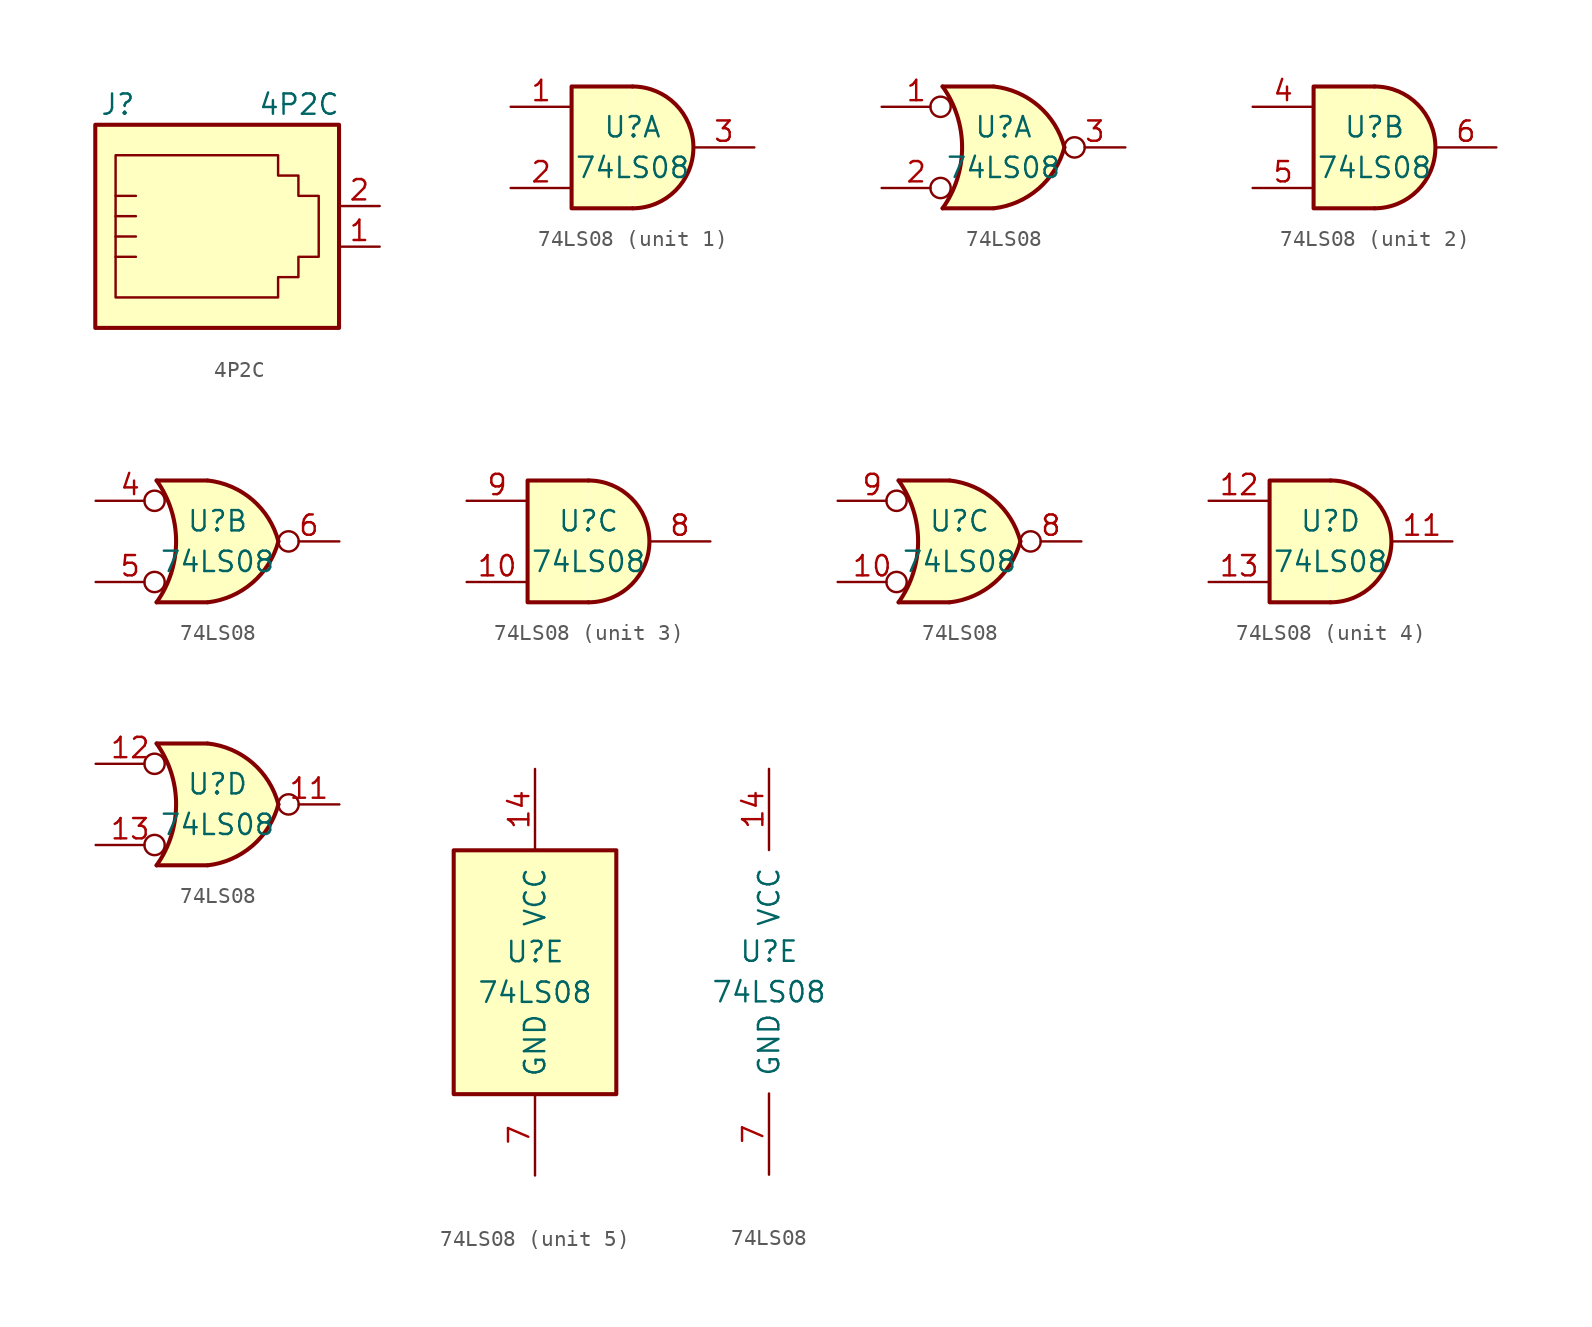
<source format=kicad_sym>
(kicad_symbol_lib
  (version 20241209)
  (generator kicad_symbol_editor)
  (symbol "4P2C"
    (pin_names
      (offset 1.016))
    (property "Reference" "J"
      (at -5.08 8.89 0)
      (effects (font (size 1.27 1.27)) (justify right)))
    (property "Value" "4P2C"
      (at 2.54 8.89 0)
      (effects (font (size 1.27 1.27)) (justify left)))
    (property "ki_keywords" "4P2C RJ socket connector"
      (at 0 0 0)
      (effects (font (size 1.27 1.27))))
    (property "ki_fp_filters" "4P2C*"
      (at 0 0 0)
      (effects (font (size 1.27 1.27))))
    (symbol "4P2C_0_1"
      (polyline (pts (xy -6.35 3.175) (xy -5.08 3.175) (xy -5.08 3.175)) (stroke (width 0) (type default)) (fill (type none)))
      (polyline (pts (xy -6.35 1.905) (xy -5.08 1.905) (xy -5.08 1.905)) (stroke (width 0) (type default)) (fill (type none)))
      (polyline (pts (xy -6.35 0.635) (xy -5.08 0.635) (xy -5.08 0.635)) (stroke (width 0) (type default)) (fill (type none)))
      (polyline (pts (xy -6.35 -0.635) (xy -5.08 -0.635) (xy -5.08 -0.635)) (stroke (width 0) (type default)) (fill (type none)))
      (polyline (pts (xy -6.35 -3.175) (xy -6.35 5.715) (xy -1.27 5.715) (xy 3.81 5.715) (xy 3.81 4.445) (xy 5.08 4.445) (xy 5.08 3.175) (xy 6.35 3.175) (xy 6.35 -0.635) (xy 5.08 -0.635) (xy 5.08 -1.905) (xy 3.81 -1.905) (xy 3.81 -3.175) (xy -6.35 -3.175) (xy -6.35 -3.175)) (stroke (width 0) (type default)) (fill (type none)))
      (rectangle (start 7.62 7.62) (end -7.62 -5.08) (stroke (width 0.254) (type default)) (fill (type background))))
    (symbol "4P2C_1_1"
      (pin passive line (at 10.16 2.54 180) (length 2.54) (name "~" (effects (font (size 1.27 1.27)))) (number "2" (effects (font (size 1.27 1.27)))))
      (pin passive line (at 10.16 0 180) (length 2.54) (name "~" (effects (font (size 1.27 1.27)))) (number "1" (effects (font (size 1.27 1.27)))))))
  (symbol "74LS08"
    (pin_names
      (offset 1.016))
    (property "Reference" "U"
      (at 0 1.27 0)
      (effects (font (size 1.27 1.27))))
    (property "Value" "74LS08"
      (at 0 -1.27 0)
      (effects (font (size 1.27 1.27))))
    (property "ki_locked" ""
      (at 0 0 0)
      (effects (font (size 1.27 1.27))))
    (property "ki_keywords" "TTL and2"
      (at 0 0 0)
      (effects (font (size 1.27 1.27))))
    (property "ki_fp_filters" "DIP*W7.62mm*"
      (at 0 0 0)
      (effects (font (size 1.27 1.27))))
    (symbol "74LS08_1_1"
      (arc (start 0 3.81) (mid 3.7934 0) (end 0 -3.81) (stroke (width 0.254) (type default)) (fill (type background)))
      (polyline (pts (xy 0 3.81) (xy -3.81 3.81) (xy -3.81 -3.81) (xy 0 -3.81)) (stroke (width 0.254) (type default)) (fill (type background)))
      (pin input line (at -7.62 2.54 0) (length 3.81) (name "~" (effects (font (size 1.27 1.27)))) (number "1" (effects (font (size 1.27 1.27)))))
      (pin input line (at -7.62 -2.54 0) (length 3.81) (name "~" (effects (font (size 1.27 1.27)))) (number "2" (effects (font (size 1.27 1.27)))))
      (pin output line (at 7.62 0 180) (length 3.81) (name "~" (effects (font (size 1.27 1.27)))) (number "3" (effects (font (size 1.27 1.27))))))
    (symbol "74LS08_1_2"
      (arc (start -3.81 3.81) (mid -2.589 0) (end -3.81 -3.81) (stroke (width 0.254) (type default)) (fill (type none)))
      (polyline (pts (xy -3.81 3.81) (xy -0.635 3.81)) (stroke (width 0.254) (type default)) (fill (type background)))
      (polyline (pts (xy -3.81 -3.81) (xy -0.635 -3.81)) (stroke (width 0.254) (type default)) (fill (type background)))
      (arc (start 3.81 0) (mid 2.1855 -2.584) (end -0.6096 -3.81) (stroke (width 0.254) (type default)) (fill (type background)))
      (arc (start -0.6096 3.81) (mid 2.1928 2.5924) (end 3.81 0) (stroke (width 0.254) (type default)) (fill (type background)))
      (polyline (pts (xy -0.635 3.81) (xy -3.81 3.81) (xy -3.81 3.81) (xy -3.556 3.404) (xy -3.023 2.261) (xy -2.692 1.041) (xy -2.616 -0.254) (xy -2.769 -1.499) (xy -3.175 -2.718) (xy -3.81 -3.81) (xy -3.81 -3.81) (xy -0.635 -3.81)) (stroke (width -25.4) (type default)) (fill (type background)))
      (pin input inverted (at -7.62 2.54 0) (length 4.318) (name "~" (effects (font (size 1.27 1.27)))) (number "1" (effects (font (size 1.27 1.27)))))
      (pin input inverted (at -7.62 -2.54 0) (length 4.318) (name "~" (effects (font (size 1.27 1.27)))) (number "2" (effects (font (size 1.27 1.27)))))
      (pin output inverted (at 7.62 0 180) (length 3.81) (name "~" (effects (font (size 1.27 1.27)))) (number "3" (effects (font (size 1.27 1.27))))))
    (symbol "74LS08_2_1"
      (arc (start 0 3.81) (mid 3.7934 0) (end 0 -3.81) (stroke (width 0.254) (type default)) (fill (type background)))
      (polyline (pts (xy 0 3.81) (xy -3.81 3.81) (xy -3.81 -3.81) (xy 0 -3.81)) (stroke (width 0.254) (type default)) (fill (type background)))
      (pin input line (at -7.62 2.54 0) (length 3.81) (name "~" (effects (font (size 1.27 1.27)))) (number "4" (effects (font (size 1.27 1.27)))))
      (pin input line (at -7.62 -2.54 0) (length 3.81) (name "~" (effects (font (size 1.27 1.27)))) (number "5" (effects (font (size 1.27 1.27)))))
      (pin output line (at 7.62 0 180) (length 3.81) (name "~" (effects (font (size 1.27 1.27)))) (number "6" (effects (font (size 1.27 1.27))))))
    (symbol "74LS08_2_2"
      (arc (start -3.81 3.81) (mid -2.589 0) (end -3.81 -3.81) (stroke (width 0.254) (type default)) (fill (type none)))
      (polyline (pts (xy -3.81 3.81) (xy -0.635 3.81)) (stroke (width 0.254) (type default)) (fill (type background)))
      (polyline (pts (xy -3.81 -3.81) (xy -0.635 -3.81)) (stroke (width 0.254) (type default)) (fill (type background)))
      (arc (start 3.81 0) (mid 2.1855 -2.584) (end -0.6096 -3.81) (stroke (width 0.254) (type default)) (fill (type background)))
      (arc (start -0.6096 3.81) (mid 2.1928 2.5924) (end 3.81 0) (stroke (width 0.254) (type default)) (fill (type background)))
      (polyline (pts (xy -0.635 3.81) (xy -3.81 3.81) (xy -3.81 3.81) (xy -3.556 3.404) (xy -3.023 2.261) (xy -2.692 1.041) (xy -2.616 -0.254) (xy -2.769 -1.499) (xy -3.175 -2.718) (xy -3.81 -3.81) (xy -3.81 -3.81) (xy -0.635 -3.81)) (stroke (width -25.4) (type default)) (fill (type background)))
      (pin input inverted (at -7.62 2.54 0) (length 4.318) (name "~" (effects (font (size 1.27 1.27)))) (number "4" (effects (font (size 1.27 1.27)))))
      (pin input inverted (at -7.62 -2.54 0) (length 4.318) (name "~" (effects (font (size 1.27 1.27)))) (number "5" (effects (font (size 1.27 1.27)))))
      (pin output inverted (at 7.62 0 180) (length 3.81) (name "~" (effects (font (size 1.27 1.27)))) (number "6" (effects (font (size 1.27 1.27))))))
    (symbol "74LS08_3_1"
      (arc (start 0 3.81) (mid 3.7934 0) (end 0 -3.81) (stroke (width 0.254) (type default)) (fill (type background)))
      (polyline (pts (xy 0 3.81) (xy -3.81 3.81) (xy -3.81 -3.81) (xy 0 -3.81)) (stroke (width 0.254) (type default)) (fill (type background)))
      (pin input line (at -7.62 2.54 0) (length 3.81) (name "~" (effects (font (size 1.27 1.27)))) (number "9" (effects (font (size 1.27 1.27)))))
      (pin input line (at -7.62 -2.54 0) (length 3.81) (name "~" (effects (font (size 1.27 1.27)))) (number "10" (effects (font (size 1.27 1.27)))))
      (pin output line (at 7.62 0 180) (length 3.81) (name "~" (effects (font (size 1.27 1.27)))) (number "8" (effects (font (size 1.27 1.27))))))
    (symbol "74LS08_3_2"
      (arc (start -3.81 3.81) (mid -2.589 0) (end -3.81 -3.81) (stroke (width 0.254) (type default)) (fill (type none)))
      (polyline (pts (xy -3.81 3.81) (xy -0.635 3.81)) (stroke (width 0.254) (type default)) (fill (type background)))
      (polyline (pts (xy -3.81 -3.81) (xy -0.635 -3.81)) (stroke (width 0.254) (type default)) (fill (type background)))
      (arc (start 3.81 0) (mid 2.1855 -2.584) (end -0.6096 -3.81) (stroke (width 0.254) (type default)) (fill (type background)))
      (arc (start -0.6096 3.81) (mid 2.1928 2.5924) (end 3.81 0) (stroke (width 0.254) (type default)) (fill (type background)))
      (polyline (pts (xy -0.635 3.81) (xy -3.81 3.81) (xy -3.81 3.81) (xy -3.556 3.404) (xy -3.023 2.261) (xy -2.692 1.041) (xy -2.616 -0.254) (xy -2.769 -1.499) (xy -3.175 -2.718) (xy -3.81 -3.81) (xy -3.81 -3.81) (xy -0.635 -3.81)) (stroke (width -25.4) (type default)) (fill (type background)))
      (pin input inverted (at -7.62 2.54 0) (length 4.318) (name "~" (effects (font (size 1.27 1.27)))) (number "9" (effects (font (size 1.27 1.27)))))
      (pin input inverted (at -7.62 -2.54 0) (length 4.318) (name "~" (effects (font (size 1.27 1.27)))) (number "10" (effects (font (size 1.27 1.27)))))
      (pin output inverted (at 7.62 0 180) (length 3.81) (name "~" (effects (font (size 1.27 1.27)))) (number "8" (effects (font (size 1.27 1.27))))))
    (symbol "74LS08_4_1"
      (arc (start 0 3.81) (mid 3.7934 0) (end 0 -3.81) (stroke (width 0.254) (type default)) (fill (type background)))
      (polyline (pts (xy 0 3.81) (xy -3.81 3.81) (xy -3.81 -3.81) (xy 0 -3.81)) (stroke (width 0.254) (type default)) (fill (type background)))
      (pin input line (at -7.62 2.54 0) (length 3.81) (name "~" (effects (font (size 1.27 1.27)))) (number "12" (effects (font (size 1.27 1.27)))))
      (pin input line (at -7.62 -2.54 0) (length 3.81) (name "~" (effects (font (size 1.27 1.27)))) (number "13" (effects (font (size 1.27 1.27)))))
      (pin output line (at 7.62 0 180) (length 3.81) (name "~" (effects (font (size 1.27 1.27)))) (number "11" (effects (font (size 1.27 1.27))))))
    (symbol "74LS08_4_2"
      (arc (start -3.81 3.81) (mid -2.589 0) (end -3.81 -3.81) (stroke (width 0.254) (type default)) (fill (type none)))
      (polyline (pts (xy -3.81 3.81) (xy -0.635 3.81)) (stroke (width 0.254) (type default)) (fill (type background)))
      (polyline (pts (xy -3.81 -3.81) (xy -0.635 -3.81)) (stroke (width 0.254) (type default)) (fill (type background)))
      (arc (start 3.81 0) (mid 2.1855 -2.584) (end -0.6096 -3.81) (stroke (width 0.254) (type default)) (fill (type background)))
      (arc (start -0.6096 3.81) (mid 2.1928 2.5924) (end 3.81 0) (stroke (width 0.254) (type default)) (fill (type background)))
      (polyline (pts (xy -0.635 3.81) (xy -3.81 3.81) (xy -3.81 3.81) (xy -3.556 3.404) (xy -3.023 2.261) (xy -2.692 1.041) (xy -2.616 -0.254) (xy -2.769 -1.499) (xy -3.175 -2.718) (xy -3.81 -3.81) (xy -3.81 -3.81) (xy -0.635 -3.81)) (stroke (width -25.4) (type default)) (fill (type background)))
      (pin input inverted (at -7.62 2.54 0) (length 4.318) (name "~" (effects (font (size 1.27 1.27)))) (number "12" (effects (font (size 1.27 1.27)))))
      (pin input inverted (at -7.62 -2.54 0) (length 4.318) (name "~" (effects (font (size 1.27 1.27)))) (number "13" (effects (font (size 1.27 1.27)))))
      (pin output inverted (at 7.62 0 180) (length 3.81) (name "~" (effects (font (size 1.27 1.27)))) (number "11" (effects (font (size 1.27 1.27))))))
    (symbol "74LS08_5_0"
      (pin power_in line (at 0 12.7 270) (length 5.08) (name "VCC" (effects (font (size 1.27 1.27)))) (number "14" (effects (font (size 1.27 1.27)))))
      (pin power_in line (at 0 -12.7 90) (length 5.08) (name "GND" (effects (font (size 1.27 1.27)))) (number "7" (effects (font (size 1.27 1.27))))))
    (symbol "74LS08_5_1"
      (rectangle (start -5.08 7.62) (end 5.08 -7.62) (stroke (width 0.254) (type default)) (fill (type background))))))
</source>
